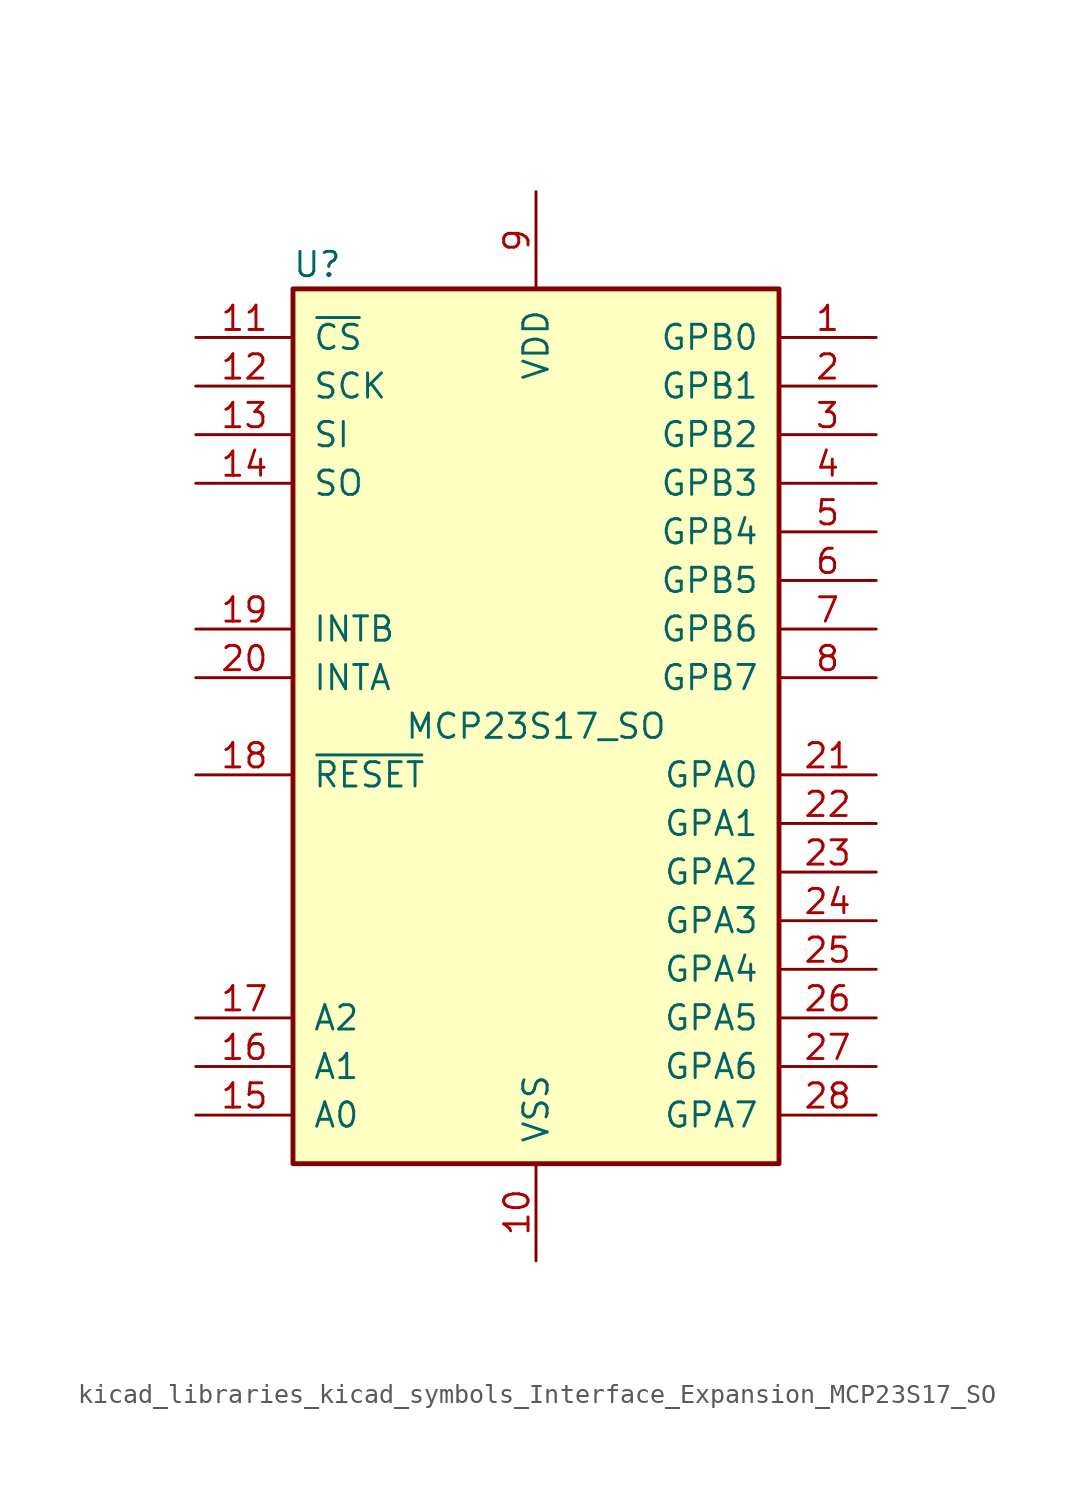
<source format=kicad_sym>
(kicad_symbol_lib
  (version 20220914)
  (generator kicad_symbol_editor)
  (symbol "kicad_libraries_kicad_symbols_Interface_Expansion_MCP23S17_SO"
    (pin_names
      (offset 1.016))
    (property "Reference" "U"
      (at -11.43 24.13 0)
      (effects (font (size 1.27 1.27))))
    (property "Value" "MCP23S17_SO"
      (at 0 0 0)
      (effects (font (size 1.27 1.27))))
    (symbol "kicad_libraries_kicad_symbols_Interface_Expansion_MCP23S17_SO_0_1"
      (rectangle (start -12.7 22.86) (end 12.7 -22.86) (stroke (width 0.254) (type default)) (fill (type background))))
    (symbol "kicad_libraries_kicad_symbols_Interface_Expansion_MCP23S17_SO_1_1"
      (pin bidirectional line (at 17.78 20.32 180) (length 5.08) (name "GPB0" (effects (font (size 1.27 1.27)))) (number "1" (effects (font (size 1.27 1.27)))))
      (pin power_in line (at 0 -27.94 90) (length 5.08) (name "VSS" (effects (font (size 1.27 1.27)))) (number "10" (effects (font (size 1.27 1.27)))))
      (pin input line (at -17.78 20.32 0) (length 5.08) (name "~{CS}" (effects (font (size 1.27 1.27)))) (number "11" (effects (font (size 1.27 1.27)))))
      (pin input line (at -17.78 17.78 0) (length 5.08) (name "SCK" (effects (font (size 1.27 1.27)))) (number "12" (effects (font (size 1.27 1.27)))))
      (pin input line (at -17.78 15.24 0) (length 5.08) (name "SI" (effects (font (size 1.27 1.27)))) (number "13" (effects (font (size 1.27 1.27)))))
      (pin output line (at -17.78 12.7 0) (length 5.08) (name "SO" (effects (font (size 1.27 1.27)))) (number "14" (effects (font (size 1.27 1.27)))))
      (pin input line (at -17.78 -20.32 0) (length 5.08) (name "A0" (effects (font (size 1.27 1.27)))) (number "15" (effects (font (size 1.27 1.27)))))
      (pin input line (at -17.78 -17.78 0) (length 5.08) (name "A1" (effects (font (size 1.27 1.27)))) (number "16" (effects (font (size 1.27 1.27)))))
      (pin input line (at -17.78 -15.24 0) (length 5.08) (name "A2" (effects (font (size 1.27 1.27)))) (number "17" (effects (font (size 1.27 1.27)))))
      (pin input line (at -17.78 -2.54 0) (length 5.08) (name "~{RESET}" (effects (font (size 1.27 1.27)))) (number "18" (effects (font (size 1.27 1.27)))))
      (pin tri_state line (at -17.78 5.08 0) (length 5.08) (name "INTB" (effects (font (size 1.27 1.27)))) (number "19" (effects (font (size 1.27 1.27)))))
      (pin bidirectional line (at 17.78 17.78 180) (length 5.08) (name "GPB1" (effects (font (size 1.27 1.27)))) (number "2" (effects (font (size 1.27 1.27)))))
      (pin tri_state line (at -17.78 2.54 0) (length 5.08) (name "INTA" (effects (font (size 1.27 1.27)))) (number "20" (effects (font (size 1.27 1.27)))))
      (pin bidirectional line (at 17.78 -2.54 180) (length 5.08) (name "GPA0" (effects (font (size 1.27 1.27)))) (number "21" (effects (font (size 1.27 1.27)))))
      (pin bidirectional line (at 17.78 -5.08 180) (length 5.08) (name "GPA1" (effects (font (size 1.27 1.27)))) (number "22" (effects (font (size 1.27 1.27)))))
      (pin bidirectional line (at 17.78 -7.62 180) (length 5.08) (name "GPA2" (effects (font (size 1.27 1.27)))) (number "23" (effects (font (size 1.27 1.27)))))
      (pin bidirectional line (at 17.78 -10.16 180) (length 5.08) (name "GPA3" (effects (font (size 1.27 1.27)))) (number "24" (effects (font (size 1.27 1.27)))))
      (pin bidirectional line (at 17.78 -12.7 180) (length 5.08) (name "GPA4" (effects (font (size 1.27 1.27)))) (number "25" (effects (font (size 1.27 1.27)))))
      (pin bidirectional line (at 17.78 -15.24 180) (length 5.08) (name "GPA5" (effects (font (size 1.27 1.27)))) (number "26" (effects (font (size 1.27 1.27)))))
      (pin bidirectional line (at 17.78 -17.78 180) (length 5.08) (name "GPA6" (effects (font (size 1.27 1.27)))) (number "27" (effects (font (size 1.27 1.27)))))
      (pin bidirectional line (at 17.78 -20.32 180) (length 5.08) (name "GPA7" (effects (font (size 1.27 1.27)))) (number "28" (effects (font (size 1.27 1.27)))))
      (pin bidirectional line (at 17.78 15.24 180) (length 5.08) (name "GPB2" (effects (font (size 1.27 1.27)))) (number "3" (effects (font (size 1.27 1.27)))))
      (pin bidirectional line (at 17.78 12.7 180) (length 5.08) (name "GPB3" (effects (font (size 1.27 1.27)))) (number "4" (effects (font (size 1.27 1.27)))))
      (pin bidirectional line (at 17.78 10.16 180) (length 5.08) (name "GPB4" (effects (font (size 1.27 1.27)))) (number "5" (effects (font (size 1.27 1.27)))))
      (pin bidirectional line (at 17.78 7.62 180) (length 5.08) (name "GPB5" (effects (font (size 1.27 1.27)))) (number "6" (effects (font (size 1.27 1.27)))))
      (pin bidirectional line (at 17.78 5.08 180) (length 5.08) (name "GPB6" (effects (font (size 1.27 1.27)))) (number "7" (effects (font (size 1.27 1.27)))))
      (pin bidirectional line (at 17.78 2.54 180) (length 5.08) (name "GPB7" (effects (font (size 1.27 1.27)))) (number "8" (effects (font (size 1.27 1.27)))))
      (pin power_in line (at 0 27.94 270) (length 5.08) (name "VDD" (effects (font (size 1.27 1.27)))) (number "9" (effects (font (size 1.27 1.27))))))))
</source>
